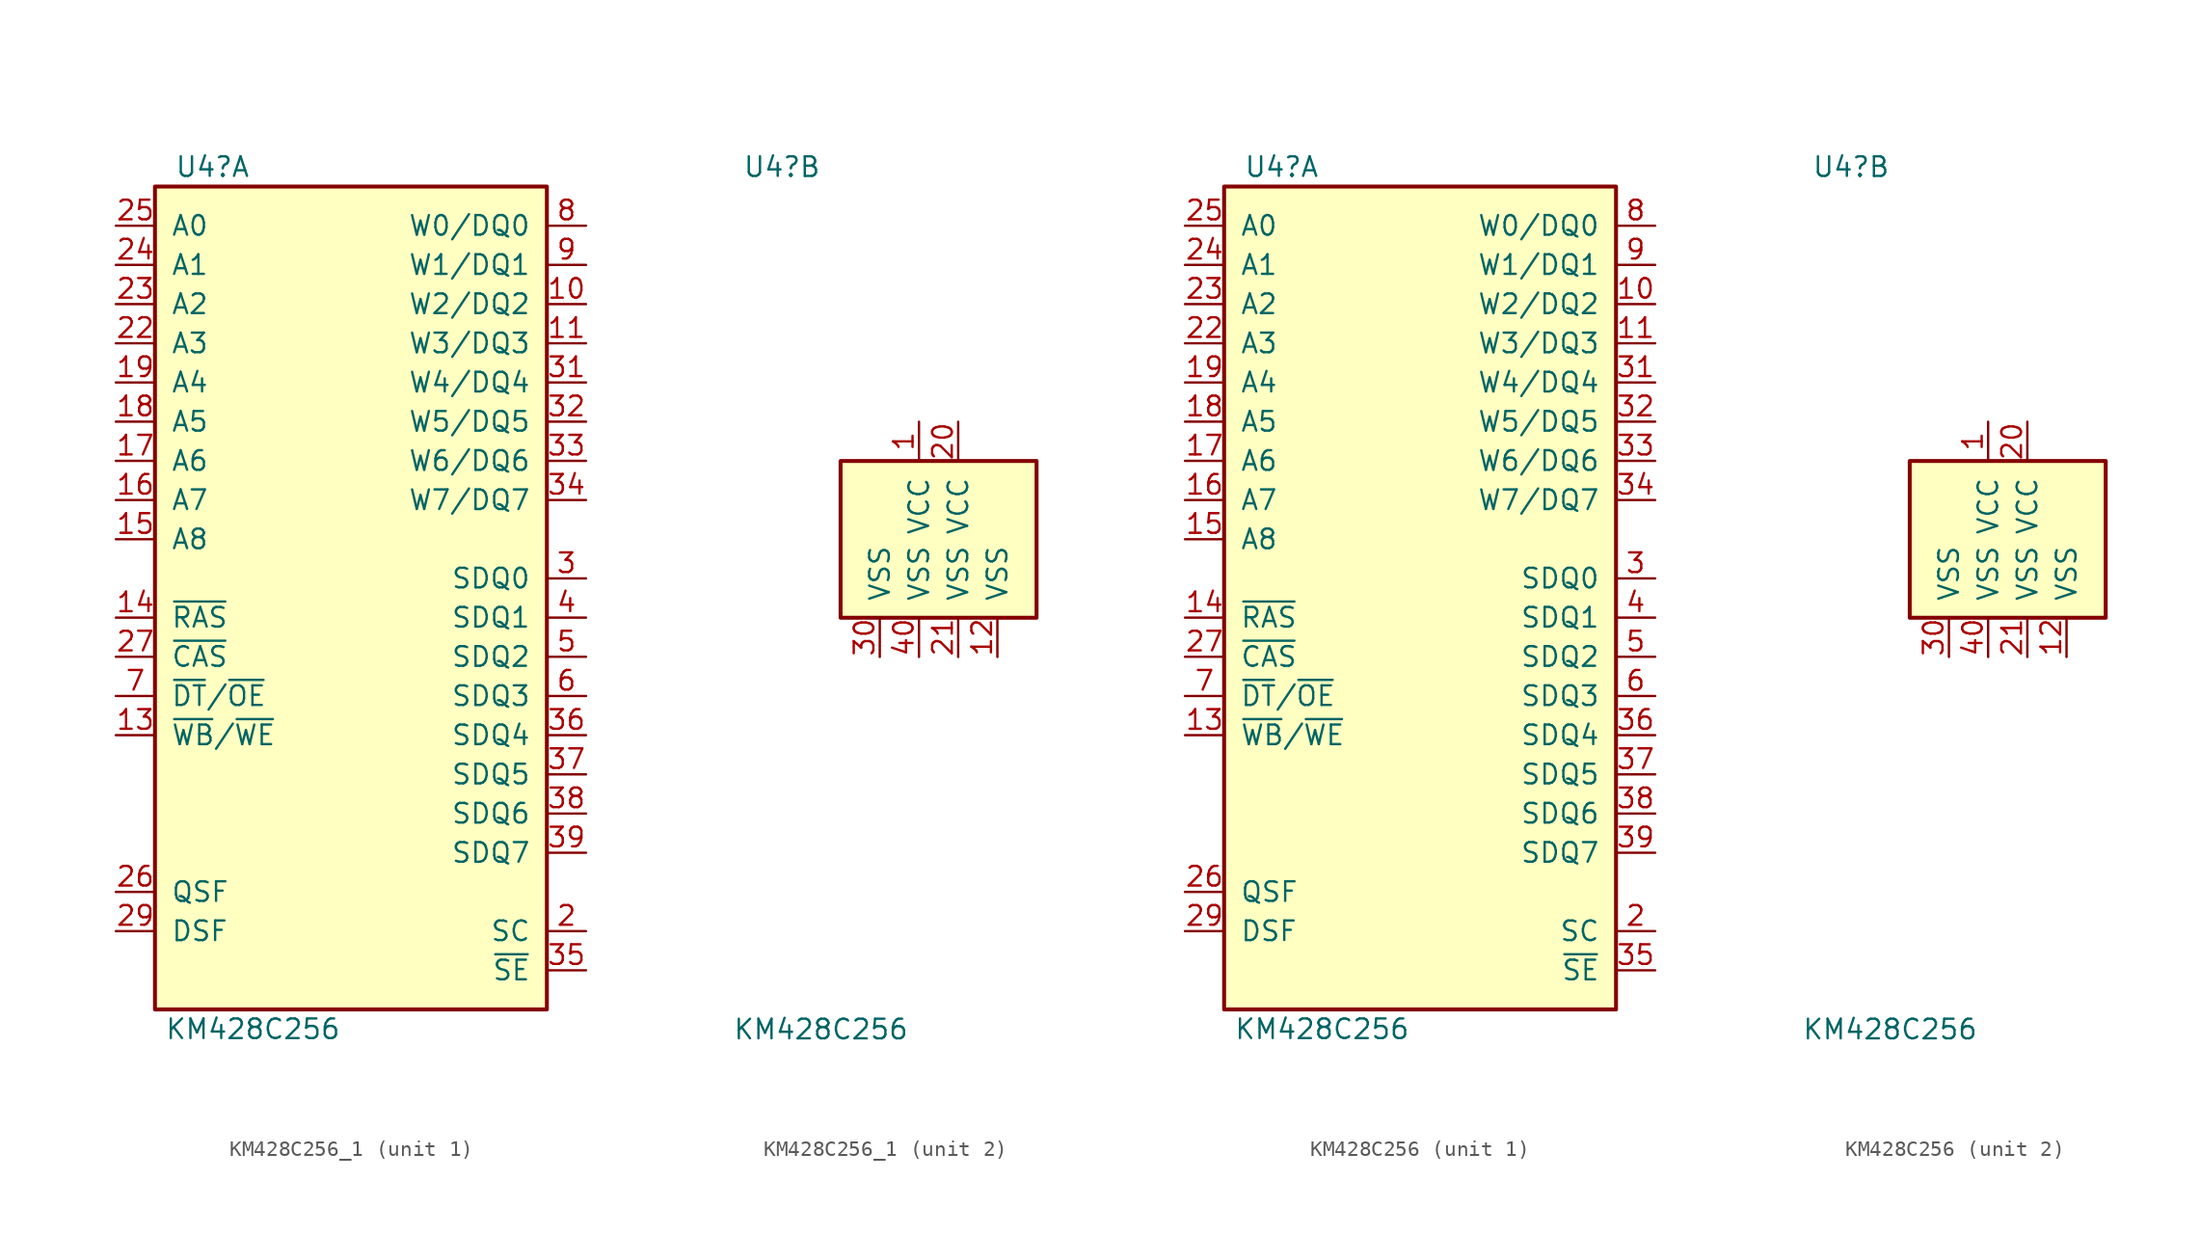
<source format=kicad_sym>
(kicad_symbol_lib
  (version 20220914)
  (generator kicad_symbol_editor)
  (symbol "KM428C256_1"
    (pin_names
      (offset 1.016))
    (property "Reference" "U4"
      (at -11.43 24.13 0)
      (effects (font (size 1.27 1.27)) (justify left)))
    (property "Value" "KM428C256"
      (at -6.35 -31.75 0)
      (effects (font (size 1.27 1.27))))
    (property "ki_locked" ""
      (at 0 0 0)
      (effects (font (size 1.27 1.27))))
    (symbol "KM428C256_1_1_1"
      (rectangle (start -12.7 22.86) (end 12.7 -30.48) (stroke (width 0.254) (type default)) (fill (type background)))
      (pin bidirectional line (at 15.24 15.24 180) (length 2.54) (name "W2/DQ2" (effects (font (size 1.27 1.27)))) (number "10" (effects (font (size 1.27 1.27)))))
      (pin bidirectional line (at 15.24 12.7 180) (length 2.54) (name "W3/DQ3" (effects (font (size 1.27 1.27)))) (number "11" (effects (font (size 1.27 1.27)))))
      (pin input line (at -15.24 -12.7 0) (length 2.54) (name "~{WB}/~{WE}" (effects (font (size 1.27 1.27)))) (number "13" (effects (font (size 1.27 1.27)))))
      (pin input line (at -15.24 -5.08 0) (length 2.54) (name "~{RAS}" (effects (font (size 1.27 1.27)))) (number "14" (effects (font (size 1.27 1.27)))))
      (pin input line (at -15.24 0 0) (length 2.54) (name "A8" (effects (font (size 1.27 1.27)))) (number "15" (effects (font (size 1.27 1.27)))))
      (pin input line (at -15.24 2.54 0) (length 2.54) (name "A7" (effects (font (size 1.27 1.27)))) (number "16" (effects (font (size 1.27 1.27)))))
      (pin input line (at -15.24 5.08 0) (length 2.54) (name "A6" (effects (font (size 1.27 1.27)))) (number "17" (effects (font (size 1.27 1.27)))))
      (pin input line (at -15.24 7.62 0) (length 2.54) (name "A5" (effects (font (size 1.27 1.27)))) (number "18" (effects (font (size 1.27 1.27)))))
      (pin input line (at -15.24 10.16 0) (length 2.54) (name "A4" (effects (font (size 1.27 1.27)))) (number "19" (effects (font (size 1.27 1.27)))))
      (pin input line (at 15.24 -25.4 180) (length 2.54) (name "SC" (effects (font (size 1.27 1.27)))) (number "2" (effects (font (size 1.27 1.27)))))
      (pin input line (at -15.24 12.7 0) (length 2.54) (name "A3" (effects (font (size 1.27 1.27)))) (number "22" (effects (font (size 1.27 1.27)))))
      (pin input line (at -15.24 15.24 0) (length 2.54) (name "A2" (effects (font (size 1.27 1.27)))) (number "23" (effects (font (size 1.27 1.27)))))
      (pin input line (at -15.24 17.78 0) (length 2.54) (name "A1" (effects (font (size 1.27 1.27)))) (number "24" (effects (font (size 1.27 1.27)))))
      (pin input line (at -15.24 20.32 0) (length 2.54) (name "A0" (effects (font (size 1.27 1.27)))) (number "25" (effects (font (size 1.27 1.27)))))
      (pin input line (at -15.24 -22.86 0) (length 2.54) (name "QSF" (effects (font (size 1.27 1.27)))) (number "26" (effects (font (size 1.27 1.27)))))
      (pin input line (at -15.24 -7.62 0) (length 2.54) (name "~{CAS}" (effects (font (size 1.27 1.27)))) (number "27" (effects (font (size 1.27 1.27)))))
      (pin no_connect line (at 10.16 0 180) (length 2.54) hide (name "N/C" (effects (font (size 1.27 1.27)))) (number "28" (effects (font (size 1.27 1.27)))))
      (pin input line (at -15.24 -25.4 0) (length 2.54) (name "DSF" (effects (font (size 1.27 1.27)))) (number "29" (effects (font (size 1.27 1.27)))))
      (pin bidirectional line (at 15.24 -2.54 180) (length 2.54) (name "SDQ0" (effects (font (size 1.27 1.27)))) (number "3" (effects (font (size 1.27 1.27)))))
      (pin bidirectional line (at 15.24 10.16 180) (length 2.54) (name "W4/DQ4" (effects (font (size 1.27 1.27)))) (number "31" (effects (font (size 1.27 1.27)))))
      (pin bidirectional line (at 15.24 7.62 180) (length 2.54) (name "W5/DQ5" (effects (font (size 1.27 1.27)))) (number "32" (effects (font (size 1.27 1.27)))))
      (pin bidirectional line (at 15.24 5.08 180) (length 2.54) (name "W6/DQ6" (effects (font (size 1.27 1.27)))) (number "33" (effects (font (size 1.27 1.27)))))
      (pin bidirectional line (at 15.24 2.54 180) (length 2.54) (name "W7/DQ7" (effects (font (size 1.27 1.27)))) (number "34" (effects (font (size 1.27 1.27)))))
      (pin input line (at 15.24 -27.94 180) (length 2.54) (name "~{SE}" (effects (font (size 1.27 1.27)))) (number "35" (effects (font (size 1.27 1.27)))))
      (pin bidirectional line (at 15.24 -12.7 180) (length 2.54) (name "SDQ4" (effects (font (size 1.27 1.27)))) (number "36" (effects (font (size 1.27 1.27)))))
      (pin bidirectional line (at 15.24 -15.24 180) (length 2.54) (name "SDQ5" (effects (font (size 1.27 1.27)))) (number "37" (effects (font (size 1.27 1.27)))))
      (pin bidirectional line (at 15.24 -17.78 180) (length 2.54) (name "SDQ6" (effects (font (size 1.27 1.27)))) (number "38" (effects (font (size 1.27 1.27)))))
      (pin bidirectional line (at 15.24 -20.32 180) (length 2.54) (name "SDQ7" (effects (font (size 1.27 1.27)))) (number "39" (effects (font (size 1.27 1.27)))))
      (pin bidirectional line (at 15.24 -5.08 180) (length 2.54) (name "SDQ1" (effects (font (size 1.27 1.27)))) (number "4" (effects (font (size 1.27 1.27)))))
      (pin bidirectional line (at 15.24 -7.62 180) (length 2.54) (name "SDQ2" (effects (font (size 1.27 1.27)))) (number "5" (effects (font (size 1.27 1.27)))))
      (pin bidirectional line (at 15.24 -10.16 180) (length 2.54) (name "SDQ3" (effects (font (size 1.27 1.27)))) (number "6" (effects (font (size 1.27 1.27)))))
      (pin input line (at -15.24 -10.16 0) (length 2.54) (name "~{DT}/~{OE}" (effects (font (size 1.27 1.27)))) (number "7" (effects (font (size 1.27 1.27)))))
      (pin bidirectional line (at 15.24 20.32 180) (length 2.54) (name "W0/DQ0" (effects (font (size 1.27 1.27)))) (number "8" (effects (font (size 1.27 1.27)))))
      (pin bidirectional line (at 15.24 17.78 180) (length 2.54) (name "W1/DQ1" (effects (font (size 1.27 1.27)))) (number "9" (effects (font (size 1.27 1.27))))))
    (symbol "KM428C256_1_2_1"
      (rectangle (start -5.08 5.08) (end 7.62 -5.08) (stroke (width 0.254) (type default)) (fill (type background)))
      (pin power_in line (at 0 7.62 270) (length 2.54) (name "VCC" (effects (font (size 1.27 1.27)))) (number "1" (effects (font (size 1.27 1.27)))))
      (pin power_in line (at 5.08 -7.62 90) (length 2.54) (name "VSS" (effects (font (size 1.27 1.27)))) (number "12" (effects (font (size 1.27 1.27)))))
      (pin power_in line (at 2.54 7.62 270) (length 2.54) (name "VCC" (effects (font (size 1.27 1.27)))) (number "20" (effects (font (size 1.27 1.27)))))
      (pin power_in line (at 2.54 -7.62 90) (length 2.54) (name "VSS" (effects (font (size 1.27 1.27)))) (number "21" (effects (font (size 1.27 1.27)))))
      (pin power_in line (at -2.54 -7.62 90) (length 2.54) (name "VSS" (effects (font (size 1.27 1.27)))) (number "30" (effects (font (size 1.27 1.27)))))
      (pin power_in line (at 0 -7.62 90) (length 2.54) (name "VSS" (effects (font (size 1.27 1.27)))) (number "40" (effects (font (size 1.27 1.27)))))))
  (symbol "KM428C256"
    (pin_names
      (offset 1.016))
    (property "Reference" "U4"
      (at -11.43 24.13 0)
      (effects (font (size 1.27 1.27)) (justify left)))
    (property "Value" "KM428C256"
      (at -6.35 -31.75 0)
      (effects (font (size 1.27 1.27))))
    (property "ki_locked" ""
      (at 0 0 0)
      (effects (font (size 1.27 1.27))))
    (symbol "KM428C256_1_1"
      (rectangle (start -12.7 22.86) (end 12.7 -30.48) (stroke (width 0.254) (type default)) (fill (type background)))
      (pin bidirectional line (at 15.24 15.24 180) (length 2.54) (name "W2/DQ2" (effects (font (size 1.27 1.27)))) (number "10" (effects (font (size 1.27 1.27)))))
      (pin bidirectional line (at 15.24 12.7 180) (length 2.54) (name "W3/DQ3" (effects (font (size 1.27 1.27)))) (number "11" (effects (font (size 1.27 1.27)))))
      (pin input line (at -15.24 -12.7 0) (length 2.54) (name "~{WB}/~{WE}" (effects (font (size 1.27 1.27)))) (number "13" (effects (font (size 1.27 1.27)))))
      (pin input line (at -15.24 -5.08 0) (length 2.54) (name "~{RAS}" (effects (font (size 1.27 1.27)))) (number "14" (effects (font (size 1.27 1.27)))))
      (pin input line (at -15.24 0 0) (length 2.54) (name "A8" (effects (font (size 1.27 1.27)))) (number "15" (effects (font (size 1.27 1.27)))))
      (pin input line (at -15.24 2.54 0) (length 2.54) (name "A7" (effects (font (size 1.27 1.27)))) (number "16" (effects (font (size 1.27 1.27)))))
      (pin input line (at -15.24 5.08 0) (length 2.54) (name "A6" (effects (font (size 1.27 1.27)))) (number "17" (effects (font (size 1.27 1.27)))))
      (pin input line (at -15.24 7.62 0) (length 2.54) (name "A5" (effects (font (size 1.27 1.27)))) (number "18" (effects (font (size 1.27 1.27)))))
      (pin input line (at -15.24 10.16 0) (length 2.54) (name "A4" (effects (font (size 1.27 1.27)))) (number "19" (effects (font (size 1.27 1.27)))))
      (pin input line (at 15.24 -25.4 180) (length 2.54) (name "SC" (effects (font (size 1.27 1.27)))) (number "2" (effects (font (size 1.27 1.27)))))
      (pin input line (at -15.24 12.7 0) (length 2.54) (name "A3" (effects (font (size 1.27 1.27)))) (number "22" (effects (font (size 1.27 1.27)))))
      (pin input line (at -15.24 15.24 0) (length 2.54) (name "A2" (effects (font (size 1.27 1.27)))) (number "23" (effects (font (size 1.27 1.27)))))
      (pin input line (at -15.24 17.78 0) (length 2.54) (name "A1" (effects (font (size 1.27 1.27)))) (number "24" (effects (font (size 1.27 1.27)))))
      (pin input line (at -15.24 20.32 0) (length 2.54) (name "A0" (effects (font (size 1.27 1.27)))) (number "25" (effects (font (size 1.27 1.27)))))
      (pin input line (at -15.24 -22.86 0) (length 2.54) (name "QSF" (effects (font (size 1.27 1.27)))) (number "26" (effects (font (size 1.27 1.27)))))
      (pin input line (at -15.24 -7.62 0) (length 2.54) (name "~{CAS}" (effects (font (size 1.27 1.27)))) (number "27" (effects (font (size 1.27 1.27)))))
      (pin no_connect line (at 10.16 0 180) (length 2.54) hide (name "N/C" (effects (font (size 1.27 1.27)))) (number "28" (effects (font (size 1.27 1.27)))))
      (pin input line (at -15.24 -25.4 0) (length 2.54) (name "DSF" (effects (font (size 1.27 1.27)))) (number "29" (effects (font (size 1.27 1.27)))))
      (pin bidirectional line (at 15.24 -2.54 180) (length 2.54) (name "SDQ0" (effects (font (size 1.27 1.27)))) (number "3" (effects (font (size 1.27 1.27)))))
      (pin bidirectional line (at 15.24 10.16 180) (length 2.54) (name "W4/DQ4" (effects (font (size 1.27 1.27)))) (number "31" (effects (font (size 1.27 1.27)))))
      (pin bidirectional line (at 15.24 7.62 180) (length 2.54) (name "W5/DQ5" (effects (font (size 1.27 1.27)))) (number "32" (effects (font (size 1.27 1.27)))))
      (pin bidirectional line (at 15.24 5.08 180) (length 2.54) (name "W6/DQ6" (effects (font (size 1.27 1.27)))) (number "33" (effects (font (size 1.27 1.27)))))
      (pin bidirectional line (at 15.24 2.54 180) (length 2.54) (name "W7/DQ7" (effects (font (size 1.27 1.27)))) (number "34" (effects (font (size 1.27 1.27)))))
      (pin input line (at 15.24 -27.94 180) (length 2.54) (name "~{SE}" (effects (font (size 1.27 1.27)))) (number "35" (effects (font (size 1.27 1.27)))))
      (pin bidirectional line (at 15.24 -12.7 180) (length 2.54) (name "SDQ4" (effects (font (size 1.27 1.27)))) (number "36" (effects (font (size 1.27 1.27)))))
      (pin bidirectional line (at 15.24 -15.24 180) (length 2.54) (name "SDQ5" (effects (font (size 1.27 1.27)))) (number "37" (effects (font (size 1.27 1.27)))))
      (pin bidirectional line (at 15.24 -17.78 180) (length 2.54) (name "SDQ6" (effects (font (size 1.27 1.27)))) (number "38" (effects (font (size 1.27 1.27)))))
      (pin bidirectional line (at 15.24 -20.32 180) (length 2.54) (name "SDQ7" (effects (font (size 1.27 1.27)))) (number "39" (effects (font (size 1.27 1.27)))))
      (pin bidirectional line (at 15.24 -5.08 180) (length 2.54) (name "SDQ1" (effects (font (size 1.27 1.27)))) (number "4" (effects (font (size 1.27 1.27)))))
      (pin bidirectional line (at 15.24 -7.62 180) (length 2.54) (name "SDQ2" (effects (font (size 1.27 1.27)))) (number "5" (effects (font (size 1.27 1.27)))))
      (pin bidirectional line (at 15.24 -10.16 180) (length 2.54) (name "SDQ3" (effects (font (size 1.27 1.27)))) (number "6" (effects (font (size 1.27 1.27)))))
      (pin input line (at -15.24 -10.16 0) (length 2.54) (name "~{DT}/~{OE}" (effects (font (size 1.27 1.27)))) (number "7" (effects (font (size 1.27 1.27)))))
      (pin bidirectional line (at 15.24 20.32 180) (length 2.54) (name "W0/DQ0" (effects (font (size 1.27 1.27)))) (number "8" (effects (font (size 1.27 1.27)))))
      (pin bidirectional line (at 15.24 17.78 180) (length 2.54) (name "W1/DQ1" (effects (font (size 1.27 1.27)))) (number "9" (effects (font (size 1.27 1.27))))))
    (symbol "KM428C256_2_1"
      (rectangle (start -5.08 5.08) (end 7.62 -5.08) (stroke (width 0.254) (type default)) (fill (type background)))
      (pin power_in line (at 0 7.62 270) (length 2.54) (name "VCC" (effects (font (size 1.27 1.27)))) (number "1" (effects (font (size 1.27 1.27)))))
      (pin power_in line (at 5.08 -7.62 90) (length 2.54) (name "VSS" (effects (font (size 1.27 1.27)))) (number "12" (effects (font (size 1.27 1.27)))))
      (pin power_in line (at 2.54 7.62 270) (length 2.54) (name "VCC" (effects (font (size 1.27 1.27)))) (number "20" (effects (font (size 1.27 1.27)))))
      (pin power_in line (at 2.54 -7.62 90) (length 2.54) (name "VSS" (effects (font (size 1.27 1.27)))) (number "21" (effects (font (size 1.27 1.27)))))
      (pin power_in line (at -2.54 -7.62 90) (length 2.54) (name "VSS" (effects (font (size 1.27 1.27)))) (number "30" (effects (font (size 1.27 1.27)))))
      (pin power_in line (at 0 -7.62 90) (length 2.54) (name "VSS" (effects (font (size 1.27 1.27)))) (number "40" (effects (font (size 1.27 1.27))))))))
</source>
